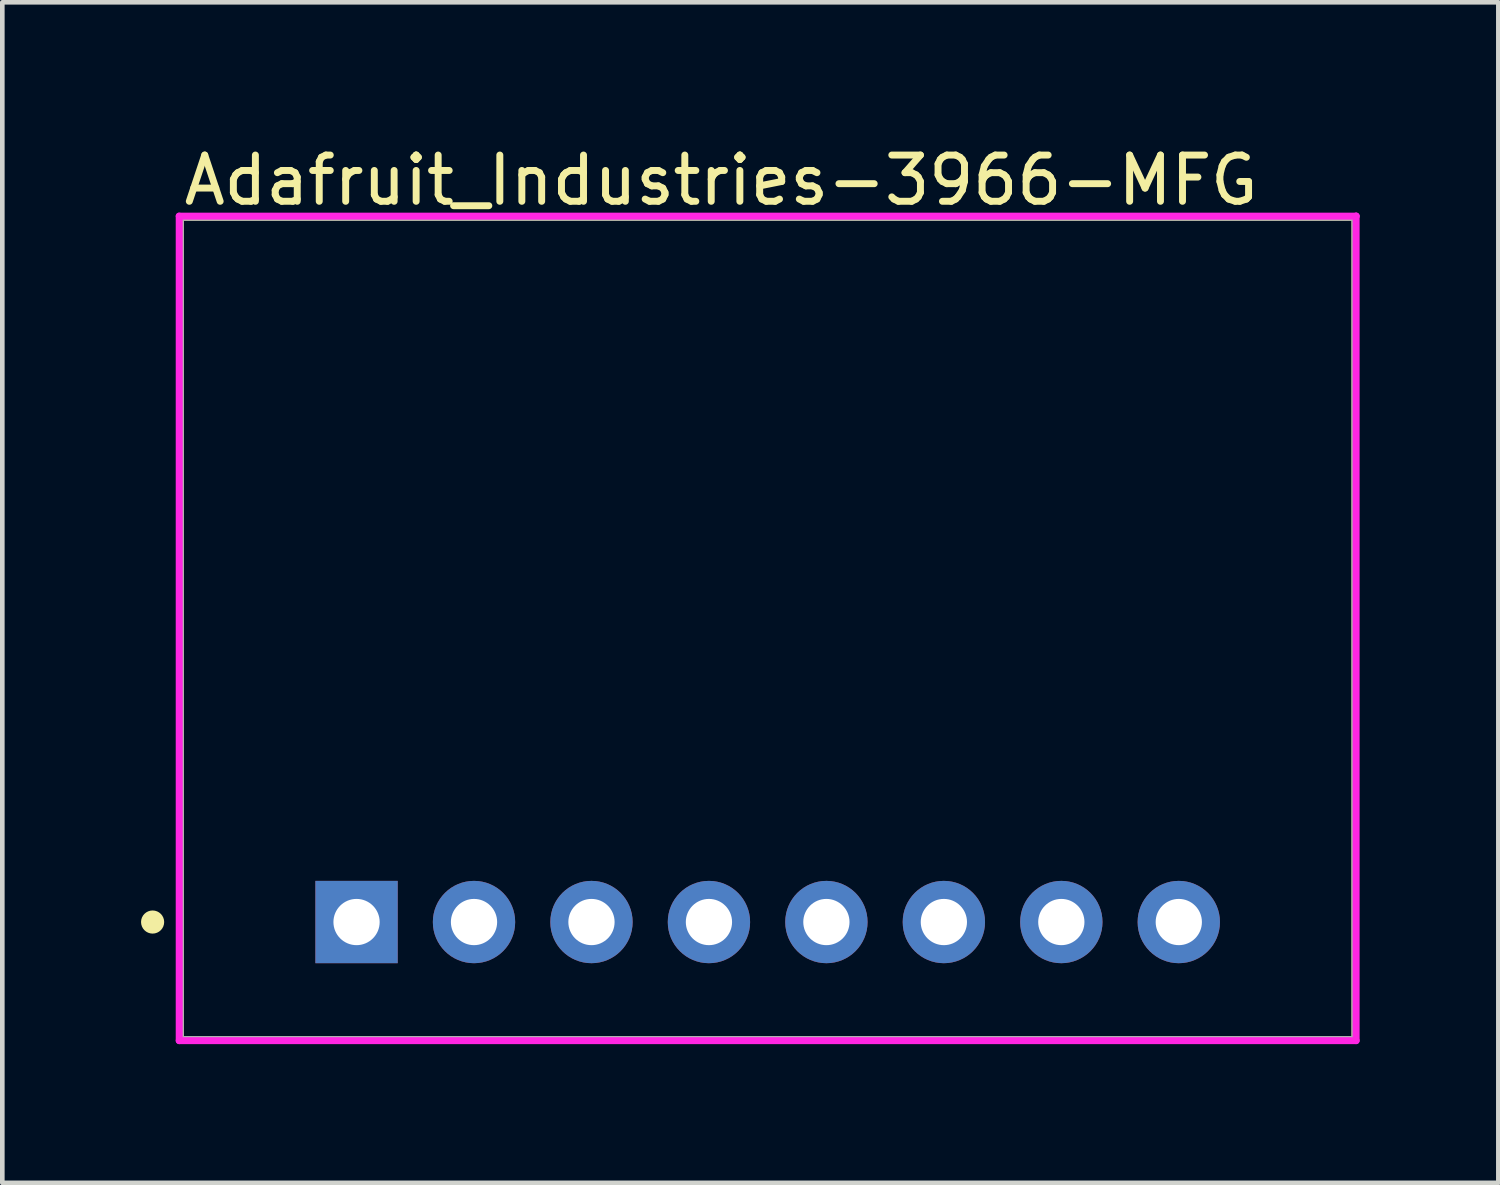
<source format=kicad_pcb>
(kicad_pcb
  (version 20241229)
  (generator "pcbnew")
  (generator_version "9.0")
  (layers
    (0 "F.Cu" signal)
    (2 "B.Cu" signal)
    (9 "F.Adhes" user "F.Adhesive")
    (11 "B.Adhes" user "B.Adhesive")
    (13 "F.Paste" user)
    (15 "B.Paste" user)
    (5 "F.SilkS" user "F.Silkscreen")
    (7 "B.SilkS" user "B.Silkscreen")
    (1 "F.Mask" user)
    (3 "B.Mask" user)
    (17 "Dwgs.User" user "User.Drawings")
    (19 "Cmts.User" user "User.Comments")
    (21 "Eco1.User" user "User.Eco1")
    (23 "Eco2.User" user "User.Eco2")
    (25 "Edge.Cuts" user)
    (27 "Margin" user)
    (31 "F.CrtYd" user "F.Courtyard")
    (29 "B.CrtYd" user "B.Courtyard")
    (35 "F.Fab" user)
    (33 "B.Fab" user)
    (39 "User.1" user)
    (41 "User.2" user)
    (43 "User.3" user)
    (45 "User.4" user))
  (footprint "Adafruit_Industries-3966-MFG"
    (layer "F.Cu")
    (at 13.55 10.538)
    (property "Reference" "Adafruit_Industries-3966-MFG" (at -12.7 -9.69 0) (layer "F.SilkS") (effects (font (size 1 1) (thickness 0.15)) (justify left)))
    (attr through_hole)
    (fp_line (start -12.7 -8.89) (end 12.7 -8.89) (stroke (width 0.15) (type solid)) (layer "F.SilkS"))
    (fp_line (start -12.7 8.89) (end -12.7 -8.89) (stroke (width 0.15) (type solid)) (layer "F.SilkS"))
    (fp_line (start -12.7 8.89) (end 12.7 8.89) (stroke (width 0.15) (type solid)) (layer "F.SilkS"))
    (fp_line (start 12.7 8.89) (end 12.7 -8.89) (stroke (width 0.15) (type solid)) (layer "F.SilkS"))
    (fp_circle (center -13.3 6.35) (end -13.175 6.35) (stroke (width 0.25) (type solid)) (fill no) (layer "F.SilkS"))
    (fp_line (start -12.725 -8.915) (end -12.725 8.915) (stroke (width 0.15) (type solid)) (layer "F.CrtYd"))
    (fp_line (start -12.725 8.915) (end 12.725 8.915) (stroke (width 0.15) (type solid)) (layer "F.CrtYd"))
    (fp_line (start 12.725 -8.915) (end -12.725 -8.915) (stroke (width 0.15) (type solid)) (layer "F.CrtYd"))
    (fp_line (start 12.725 -8.915) (end 12.725 -8.915) (stroke (width 0.15) (type solid)) (layer "F.CrtYd"))
    (fp_line (start 12.725 8.915) (end 12.725 -8.915) (stroke (width 0.15) (type solid)) (layer "F.CrtYd"))
    (fp_line (start -12.7 -8.89) (end 12.7 -8.89) (stroke (width 0.15) (type solid)) (layer "F.Fab"))
    (fp_line (start -12.7 8.89) (end -12.7 -8.89) (stroke (width 0.15) (type solid)) (layer "F.Fab"))
    (fp_line (start 12.7 -8.89) (end 12.7 8.89) (stroke (width 0.15) (type solid)) (layer "F.Fab"))
    (fp_line (start 12.7 8.89) (end -12.7 8.89) (stroke (width 0.15) (type solid)) (layer "F.Fab"))
    (pad "1" thru_hole rect (at -8.89 6.35) (size 1.78 1.78) (drill 1) (layers "*.Cu"))
    (pad "2" thru_hole circle (at -6.35 6.35) (size 1.78 1.78) (drill 1) (layers "*.Cu"))
    (pad "3" thru_hole circle (at -3.81 6.35) (size 1.78 1.78) (drill 1) (layers "*.Cu"))
    (pad "4" thru_hole circle (at -1.27 6.35) (size 1.78 1.78) (drill 1) (layers "*.Cu"))
    (pad "5" thru_hole circle (at 1.27 6.35) (size 1.78 1.78) (drill 1) (layers "*.Cu"))
    (pad "6" thru_hole circle (at 3.81 6.35) (size 1.78 1.78) (drill 1) (layers "*.Cu"))
    (pad "7" thru_hole circle (at 6.35 6.35) (size 1.78 1.78) (drill 1) (layers "*.Cu"))
    (pad "8" thru_hole circle (at 8.89 6.35) (size 1.78 1.78) (drill 1) (layers "*.Cu")))
  (gr_rect
    (start -3 -3)
    (end 29.35 22.528)
    (stroke (width 0.1) (type default))
    (fill no)
    (layer "Edge.Cuts")))
</source>
